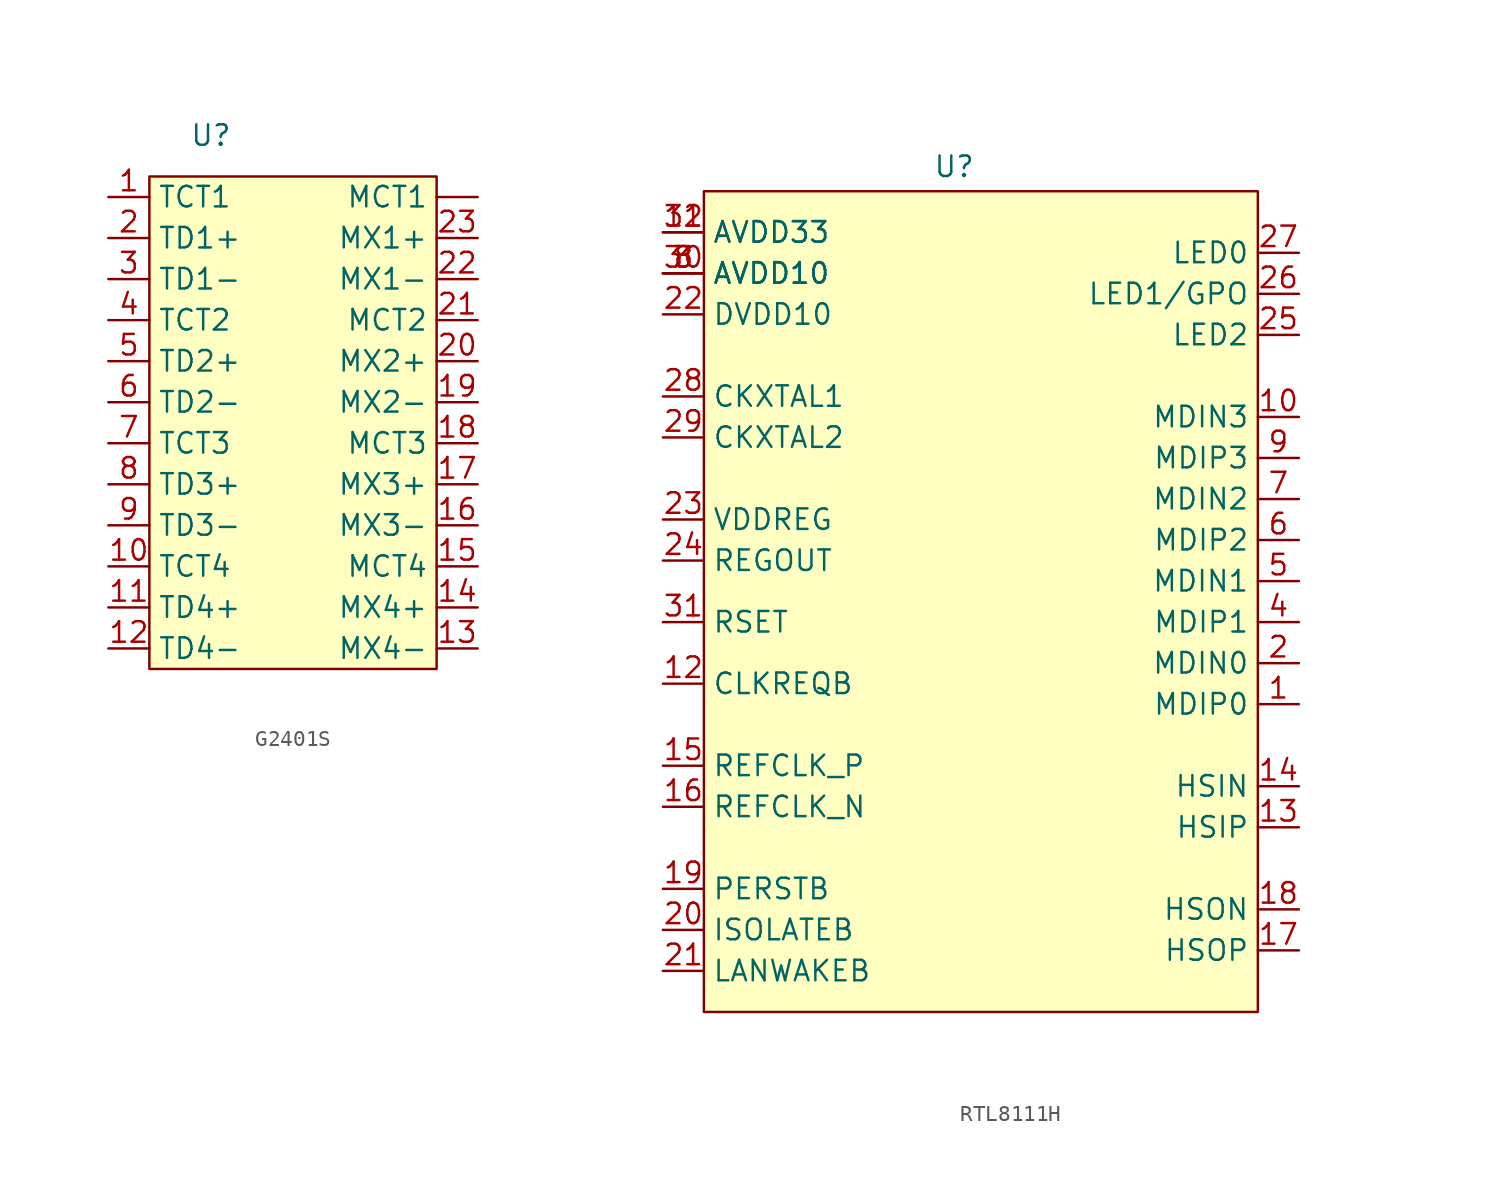
<source format=kicad_sym>
(kicad_symbol_lib
  (version 20231120)
  (generator "kicad_symbol_editor")
  (generator_version "8.0")
  (symbol "G2401S"
    (property "Reference" "U"
      (at 0 12.7 0)
      (effects (font (size 1.27 1.27))))
    (property "Value" ""
      (at 0 12.7 0)
      (effects (font (size 1.27 1.27))))
    (symbol "G2401S_1_1"
      (rectangle (start -3.81 10.16) (end 13.97 -20.32) (stroke (width 0) (type default)) (fill (type background)))
      (pin input line (at 16.51 8.89 180) (length 2.54) (name "MCT1" (effects (font (size 1.27 1.27)))) (number "" (effects (font (size 1.27 1.27)))))
      (pin input line (at -6.35 8.89 0) (length 2.54) (name "TCT1" (effects (font (size 1.27 1.27)))) (number "1" (effects (font (size 1.27 1.27)))))
      (pin input line (at -6.35 -13.97 0) (length 2.54) (name "TCT4" (effects (font (size 1.27 1.27)))) (number "10" (effects (font (size 1.27 1.27)))))
      (pin input line (at -6.35 -16.51 0) (length 2.54) (name "TD4+" (effects (font (size 1.27 1.27)))) (number "11" (effects (font (size 1.27 1.27)))))
      (pin input line (at -6.35 -19.05 0) (length 2.54) (name "TD4-" (effects (font (size 1.27 1.27)))) (number "12" (effects (font (size 1.27 1.27)))))
      (pin input line (at 16.51 -19.05 180) (length 2.54) (name "MX4-" (effects (font (size 1.27 1.27)))) (number "13" (effects (font (size 1.27 1.27)))))
      (pin input line (at 16.51 -16.51 180) (length 2.54) (name "MX4+" (effects (font (size 1.27 1.27)))) (number "14" (effects (font (size 1.27 1.27)))))
      (pin input line (at 16.51 -13.97 180) (length 2.54) (name "MCT4" (effects (font (size 1.27 1.27)))) (number "15" (effects (font (size 1.27 1.27)))))
      (pin input line (at 16.51 -11.43 180) (length 2.54) (name "MX3-" (effects (font (size 1.27 1.27)))) (number "16" (effects (font (size 1.27 1.27)))))
      (pin input line (at 16.51 -8.89 180) (length 2.54) (name "MX3+" (effects (font (size 1.27 1.27)))) (number "17" (effects (font (size 1.27 1.27)))))
      (pin input line (at 16.51 -6.35 180) (length 2.54) (name "MCT3" (effects (font (size 1.27 1.27)))) (number "18" (effects (font (size 1.27 1.27)))))
      (pin input line (at 16.51 -3.81 180) (length 2.54) (name "MX2-" (effects (font (size 1.27 1.27)))) (number "19" (effects (font (size 1.27 1.27)))))
      (pin input line (at -6.35 6.35 0) (length 2.54) (name "TD1+" (effects (font (size 1.27 1.27)))) (number "2" (effects (font (size 1.27 1.27)))))
      (pin input line (at 16.51 -1.27 180) (length 2.54) (name "MX2+" (effects (font (size 1.27 1.27)))) (number "20" (effects (font (size 1.27 1.27)))))
      (pin input line (at 16.51 1.27 180) (length 2.54) (name "MCT2" (effects (font (size 1.27 1.27)))) (number "21" (effects (font (size 1.27 1.27)))))
      (pin input line (at 16.51 3.81 180) (length 2.54) (name "MX1-" (effects (font (size 1.27 1.27)))) (number "22" (effects (font (size 1.27 1.27)))))
      (pin input line (at 16.51 6.35 180) (length 2.54) (name "MX1+" (effects (font (size 1.27 1.27)))) (number "23" (effects (font (size 1.27 1.27)))))
      (pin input line (at -6.35 3.81 0) (length 2.54) (name "TD1-" (effects (font (size 1.27 1.27)))) (number "3" (effects (font (size 1.27 1.27)))))
      (pin input line (at -6.35 1.27 0) (length 2.54) (name "TCT2" (effects (font (size 1.27 1.27)))) (number "4" (effects (font (size 1.27 1.27)))))
      (pin input line (at -6.35 -1.27 0) (length 2.54) (name "TD2+" (effects (font (size 1.27 1.27)))) (number "5" (effects (font (size 1.27 1.27)))))
      (pin input line (at -6.35 -3.81 0) (length 2.54) (name "TD2-" (effects (font (size 1.27 1.27)))) (number "6" (effects (font (size 1.27 1.27)))))
      (pin input line (at -6.35 -6.35 0) (length 2.54) (name "TCT3" (effects (font (size 1.27 1.27)))) (number "7" (effects (font (size 1.27 1.27)))))
      (pin input line (at -6.35 -8.89 0) (length 2.54) (name "TD3+" (effects (font (size 1.27 1.27)))) (number "8" (effects (font (size 1.27 1.27)))))
      (pin input line (at -6.35 -11.43 0) (length 2.54) (name "TD3-" (effects (font (size 1.27 1.27)))) (number "9" (effects (font (size 1.27 1.27)))))))
  (symbol "RTL8111H"
    (property "Reference" "U"
      (at -2.286 26.924 0)
      (effects (font (size 1.27 1.27))))
    (property "Value" ""
      (at 22.86 -11.43 0)
      (effects (font (size 1.27 1.27))))
    (symbol "RTL8111H_1_1"
      (rectangle (start -17.78 25.4) (end 16.51 -25.4) (stroke (width 0) (type default)) (fill (type background)))
      (pin input line (at 19.05 -6.35 180) (length 2.54) (name "MDIP0" (effects (font (size 1.27 1.27)))) (number "1" (effects (font (size 1.27 1.27)))))
      (pin input line (at 19.05 11.43 180) (length 2.54) (name "MDIN3" (effects (font (size 1.27 1.27)))) (number "10" (effects (font (size 1.27 1.27)))))
      (pin input line (at -20.32 22.86 0) (length 2.54) (name "AVDD33" (effects (font (size 1.27 1.27)))) (number "11" (effects (font (size 1.27 1.27)))))
      (pin input line (at -20.32 -5.08 0) (length 2.54) (name "CLKREQB" (effects (font (size 1.27 1.27)))) (number "12" (effects (font (size 1.27 1.27)))))
      (pin input line (at 19.05 -13.97 180) (length 2.54) (name "HSIP" (effects (font (size 1.27 1.27)))) (number "13" (effects (font (size 1.27 1.27)))))
      (pin input line (at 19.05 -11.43 180) (length 2.54) (name "HSIN" (effects (font (size 1.27 1.27)))) (number "14" (effects (font (size 1.27 1.27)))))
      (pin input line (at -20.32 -10.16 0) (length 2.54) (name "REFCLK_P" (effects (font (size 1.27 1.27)))) (number "15" (effects (font (size 1.27 1.27)))))
      (pin input line (at -20.32 -12.7 0) (length 2.54) (name "REFCLK_N" (effects (font (size 1.27 1.27)))) (number "16" (effects (font (size 1.27 1.27)))))
      (pin input line (at 19.05 -21.59 180) (length 2.54) (name "HSOP" (effects (font (size 1.27 1.27)))) (number "17" (effects (font (size 1.27 1.27)))))
      (pin input line (at 19.05 -19.05 180) (length 2.54) (name "HSON" (effects (font (size 1.27 1.27)))) (number "18" (effects (font (size 1.27 1.27)))))
      (pin input line (at -20.32 -17.78 0) (length 2.54) (name "PERSTB" (effects (font (size 1.27 1.27)))) (number "19" (effects (font (size 1.27 1.27)))))
      (pin input line (at 19.05 -3.81 180) (length 2.54) (name "MDIN0" (effects (font (size 1.27 1.27)))) (number "2" (effects (font (size 1.27 1.27)))))
      (pin input line (at -20.32 -20.32 0) (length 2.54) (name "ISOLATEB" (effects (font (size 1.27 1.27)))) (number "20" (effects (font (size 1.27 1.27)))))
      (pin input line (at -20.32 -22.86 0) (length 2.54) (name "LANWAKEB" (effects (font (size 1.27 1.27)))) (number "21" (effects (font (size 1.27 1.27)))))
      (pin input line (at -20.32 17.78 0) (length 2.54) (name "DVDD10" (effects (font (size 1.27 1.27)))) (number "22" (effects (font (size 1.27 1.27)))))
      (pin input line (at -20.32 5.08 0) (length 2.54) (name "VDDREG" (effects (font (size 1.27 1.27)))) (number "23" (effects (font (size 1.27 1.27)))))
      (pin input line (at -20.32 2.54 0) (length 2.54) (name "REGOUT" (effects (font (size 1.27 1.27)))) (number "24" (effects (font (size 1.27 1.27)))))
      (pin input line (at 19.05 16.51 180) (length 2.54) (name "LED2" (effects (font (size 1.27 1.27)))) (number "25" (effects (font (size 1.27 1.27)))))
      (pin input line (at 19.05 19.05 180) (length 2.54) (name "LED1/GPO" (effects (font (size 1.27 1.27)))) (number "26" (effects (font (size 1.27 1.27)))))
      (pin input line (at 19.05 21.59 180) (length 2.54) (name "LED0" (effects (font (size 1.27 1.27)))) (number "27" (effects (font (size 1.27 1.27)))))
      (pin input line (at -20.32 12.7 0) (length 2.54) (name "CKXTAL1" (effects (font (size 1.27 1.27)))) (number "28" (effects (font (size 1.27 1.27)))))
      (pin input line (at -20.32 10.16 0) (length 2.54) (name "CKXTAL2" (effects (font (size 1.27 1.27)))) (number "29" (effects (font (size 1.27 1.27)))))
      (pin input line (at -20.32 20.32 0) (length 2.54) (name "AVDD10" (effects (font (size 1.27 1.27)))) (number "3" (effects (font (size 1.27 1.27)))))
      (pin input line (at -20.32 20.32 0) (length 2.54) (name "AVDD10" (effects (font (size 1.27 1.27)))) (number "30" (effects (font (size 1.27 1.27)))))
      (pin input line (at -20.32 -1.27 0) (length 2.54) (name "RSET" (effects (font (size 1.27 1.27)))) (number "31" (effects (font (size 1.27 1.27)))))
      (pin input line (at -20.32 22.86 0) (length 2.54) (name "AVDD33" (effects (font (size 1.27 1.27)))) (number "32" (effects (font (size 1.27 1.27)))))
      (pin input line (at 19.05 -1.27 180) (length 2.54) (name "MDIP1" (effects (font (size 1.27 1.27)))) (number "4" (effects (font (size 1.27 1.27)))))
      (pin input line (at 19.05 1.27 180) (length 2.54) (name "MDIN1" (effects (font (size 1.27 1.27)))) (number "5" (effects (font (size 1.27 1.27)))))
      (pin input line (at 19.05 3.81 180) (length 2.54) (name "MDIP2" (effects (font (size 1.27 1.27)))) (number "6" (effects (font (size 1.27 1.27)))))
      (pin input line (at 19.05 6.35 180) (length 2.54) (name "MDIN2" (effects (font (size 1.27 1.27)))) (number "7" (effects (font (size 1.27 1.27)))))
      (pin input line (at -20.32 20.32 0) (length 2.54) (name "AVDD10" (effects (font (size 1.27 1.27)))) (number "8" (effects (font (size 1.27 1.27)))))
      (pin input line (at 19.05 8.89 180) (length 2.54) (name "MDIP3" (effects (font (size 1.27 1.27)))) (number "9" (effects (font (size 1.27 1.27))))))))
</source>
